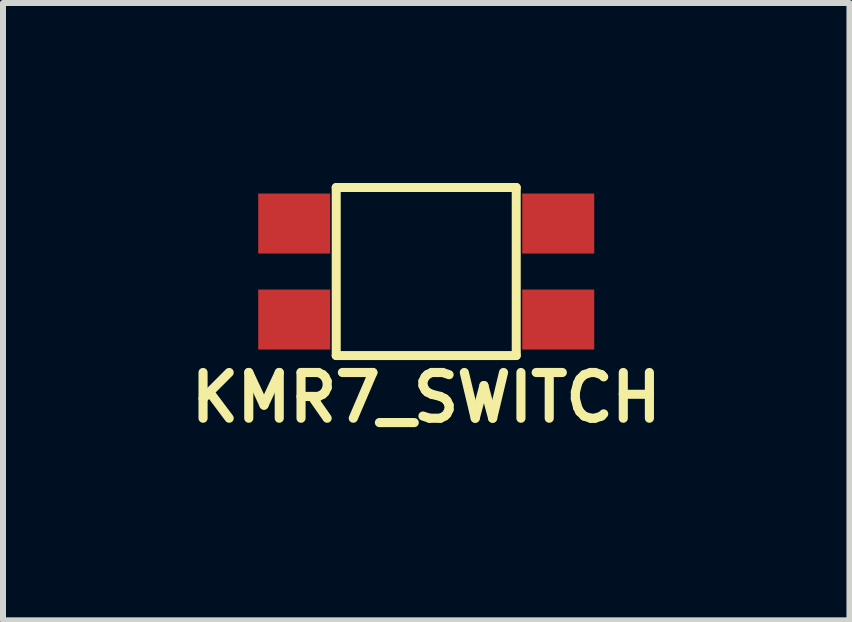
<source format=kicad_pcb>
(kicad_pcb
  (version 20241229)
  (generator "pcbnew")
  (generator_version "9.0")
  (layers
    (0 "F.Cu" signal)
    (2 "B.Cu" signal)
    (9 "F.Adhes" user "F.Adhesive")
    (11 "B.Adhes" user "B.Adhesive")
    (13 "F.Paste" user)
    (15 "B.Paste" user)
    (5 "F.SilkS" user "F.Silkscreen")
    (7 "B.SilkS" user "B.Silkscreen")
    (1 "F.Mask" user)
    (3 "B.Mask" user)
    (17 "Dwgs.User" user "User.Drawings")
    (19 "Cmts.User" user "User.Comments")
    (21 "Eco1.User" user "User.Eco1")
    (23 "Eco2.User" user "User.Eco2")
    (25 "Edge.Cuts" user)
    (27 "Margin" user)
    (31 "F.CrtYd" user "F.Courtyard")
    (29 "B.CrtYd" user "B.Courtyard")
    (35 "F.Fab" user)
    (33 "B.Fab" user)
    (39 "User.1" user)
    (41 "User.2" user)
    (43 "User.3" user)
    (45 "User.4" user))
  (footprint "KMR7_SWITCH"
    (layer "F.Cu")
    (at 4.053 1.475)
    (property "Reference" "KMR7_SWITCH" (at 0 2.1 0) (layer "F.SilkS") (effects (font (size 0.762 0.762) (thickness 0.152))))
    (attr through_hole)
    (fp_line (start -1.5 -1.4) (end -1.5 1.4) (stroke (width 0.15) (type solid)) (layer "F.SilkS"))
    (fp_line (start -1.5 -1.4) (end 1.5 -1.4) (stroke (width 0.15) (type solid)) (layer "F.SilkS"))
    (fp_line (start -1.5 1.4) (end 1.5 1.4) (stroke (width 0.15) (type solid)) (layer "F.SilkS"))
    (fp_line (start 1.5 -1.4) (end 1.5 1.4) (stroke (width 0.15) (type solid)) (layer "F.SilkS"))
    (pad "1" smd rect (at -2.2 -0.8) (size 1.2 1) (layers "F.Cu" "F.Mask" "F.Paste"))
    (pad "1" smd rect (at 2.2 -0.8) (size 1.2 1) (layers "F.Cu" "F.Mask" "F.Paste"))
    (pad "2" smd rect (at -2.2 0.8) (size 1.2 1) (layers "F.Cu" "F.Mask" "F.Paste"))
    (pad "2" smd rect (at 2.2 0.8) (size 1.2 1) (layers "F.Cu" "F.Mask" "F.Paste")))
  (gr_rect
    (start -3 -3)
    (end 11.106 7.288)
    (stroke (width 0.1) (type default))
    (fill no)
    (layer "Edge.Cuts")))
</source>
